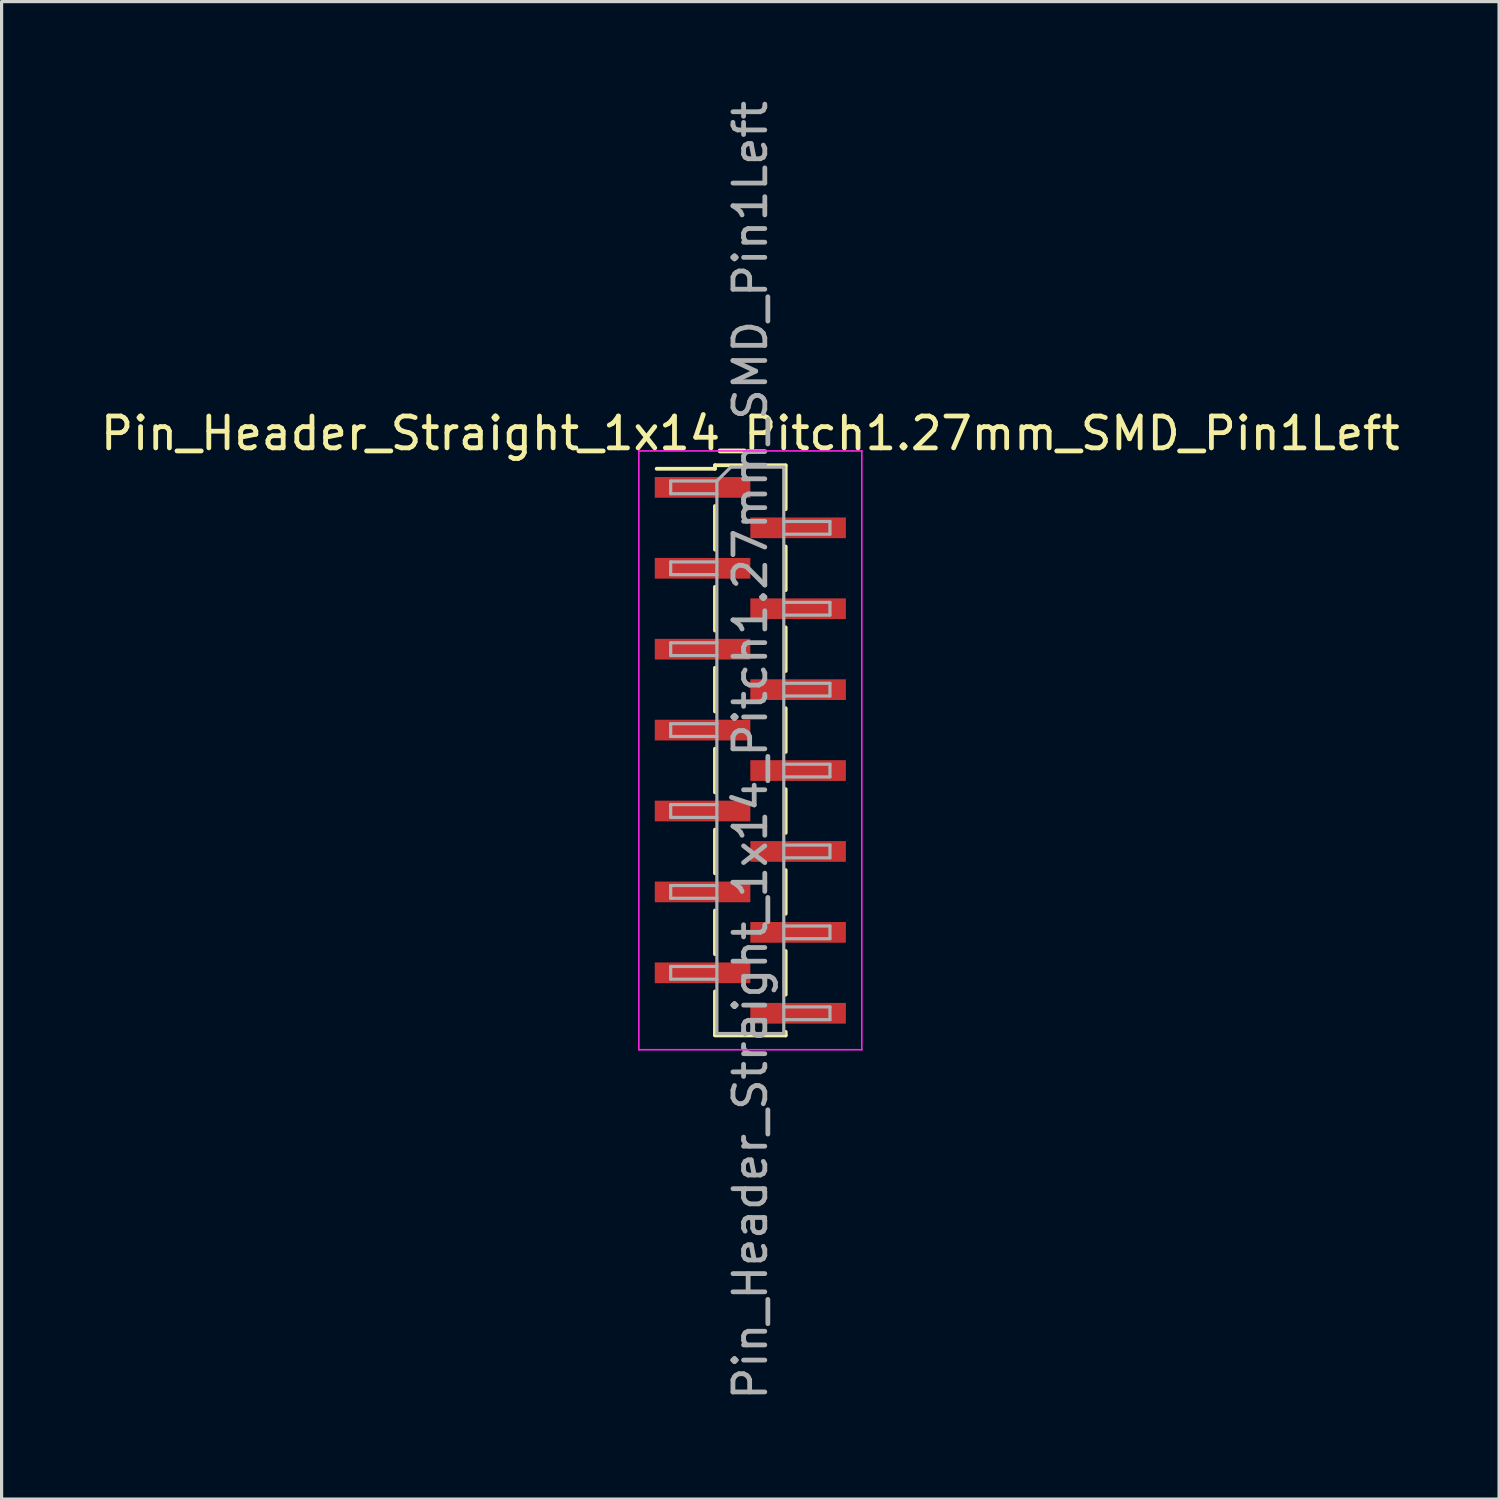
<source format=kicad_pcb>
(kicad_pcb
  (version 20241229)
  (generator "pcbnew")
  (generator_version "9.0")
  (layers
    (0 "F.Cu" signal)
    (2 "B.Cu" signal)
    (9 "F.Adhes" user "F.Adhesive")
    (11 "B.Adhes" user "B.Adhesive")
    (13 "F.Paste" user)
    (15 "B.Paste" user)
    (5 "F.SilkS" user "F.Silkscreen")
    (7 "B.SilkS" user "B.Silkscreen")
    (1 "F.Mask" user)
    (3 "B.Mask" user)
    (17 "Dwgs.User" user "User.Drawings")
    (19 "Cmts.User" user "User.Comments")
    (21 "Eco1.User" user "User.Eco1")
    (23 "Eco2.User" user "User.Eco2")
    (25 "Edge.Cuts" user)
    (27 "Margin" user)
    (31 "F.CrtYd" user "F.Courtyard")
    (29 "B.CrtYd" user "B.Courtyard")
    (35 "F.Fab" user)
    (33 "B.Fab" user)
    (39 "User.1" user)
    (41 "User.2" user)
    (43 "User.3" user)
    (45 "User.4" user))
  (footprint "Pin_Header_Straight_1x14_Pitch1.27mm_SMD_Pin1Left"
    (layer "F.Cu")
    (at 20.506 20.506)
    (property "Reference" "Pin_Header_Straight_1x14_Pitch1.27mm_SMD_Pin1Left" (at 0 -9.95 0) (layer "F.SilkS") (effects (font (size 1 1) (thickness 0.15))))
    (attr smd)
    (fp_line (start -1.11 -8.95) (end -1.11 -8.84) (stroke (width 0.12) (type solid)) (layer "F.SilkS"))
    (fp_line (start -1.11 -8.95) (end 1.11 -8.95) (stroke (width 0.12) (type solid)) (layer "F.SilkS"))
    (fp_line (start -1.11 -8.84) (end -2.94 -8.84) (stroke (width 0.12) (type solid)) (layer "F.SilkS"))
    (fp_line (start -1.11 -7.67) (end -1.11 -6.3) (stroke (width 0.12) (type solid)) (layer "F.SilkS"))
    (fp_line (start -1.11 -5.13) (end -1.11 -3.76) (stroke (width 0.12) (type solid)) (layer "F.SilkS"))
    (fp_line (start -1.11 -2.59) (end -1.11 -1.22) (stroke (width 0.12) (type solid)) (layer "F.SilkS"))
    (fp_line (start -1.11 -0.05) (end -1.11 1.32) (stroke (width 0.12) (type solid)) (layer "F.SilkS"))
    (fp_line (start -1.11 2.49) (end -1.11 3.86) (stroke (width 0.12) (type solid)) (layer "F.SilkS"))
    (fp_line (start -1.11 5.03) (end -1.11 6.4) (stroke (width 0.12) (type solid)) (layer "F.SilkS"))
    (fp_line (start -1.11 7.57) (end -1.11 8.94) (stroke (width 0.12) (type solid)) (layer "F.SilkS"))
    (fp_line (start -1.11 8.95) (end 1.11 8.95) (stroke (width 0.12) (type solid)) (layer "F.SilkS"))
    (fp_line (start 1.11 -8.94) (end 1.11 -7.57) (stroke (width 0.12) (type solid)) (layer "F.SilkS"))
    (fp_line (start 1.11 -6.4) (end 1.11 -5.03) (stroke (width 0.12) (type solid)) (layer "F.SilkS"))
    (fp_line (start 1.11 -3.86) (end 1.11 -2.49) (stroke (width 0.12) (type solid)) (layer "F.SilkS"))
    (fp_line (start 1.11 -1.32) (end 1.11 0.05) (stroke (width 0.12) (type solid)) (layer "F.SilkS"))
    (fp_line (start 1.11 1.22) (end 1.11 2.59) (stroke (width 0.12) (type solid)) (layer "F.SilkS"))
    (fp_line (start 1.11 3.76) (end 1.11 5.13) (stroke (width 0.12) (type solid)) (layer "F.SilkS"))
    (fp_line (start 1.11 6.3) (end 1.11 7.67) (stroke (width 0.12) (type solid)) (layer "F.SilkS"))
    (fp_line (start 1.11 8.84) (end 1.11 8.95) (stroke (width 0.12) (type solid)) (layer "F.SilkS"))
    (fp_line (start -3.5 -9.4) (end -3.5 9.4) (stroke (width 0.05) (type solid)) (layer "F.CrtYd"))
    (fp_line (start -3.5 9.4) (end 3.5 9.4) (stroke (width 0.05) (type solid)) (layer "F.CrtYd"))
    (fp_line (start 3.5 -9.4) (end -3.5 -9.4) (stroke (width 0.05) (type solid)) (layer "F.CrtYd"))
    (fp_line (start 3.5 9.4) (end 3.5 -9.4) (stroke (width 0.05) (type solid)) (layer "F.CrtYd"))
    (fp_line (start -2.5 -8.455) (end -2.5 -8.055) (stroke (width 0.1) (type solid)) (layer "F.Fab"))
    (fp_line (start -2.5 -8.055) (end -1.05 -8.055) (stroke (width 0.1) (type solid)) (layer "F.Fab"))
    (fp_line (start -2.5 -5.915) (end -2.5 -5.515) (stroke (width 0.1) (type solid)) (layer "F.Fab"))
    (fp_line (start -2.5 -5.515) (end -1.05 -5.515) (stroke (width 0.1) (type solid)) (layer "F.Fab"))
    (fp_line (start -2.5 -3.375) (end -2.5 -2.975) (stroke (width 0.1) (type solid)) (layer "F.Fab"))
    (fp_line (start -2.5 -2.975) (end -1.05 -2.975) (stroke (width 0.1) (type solid)) (layer "F.Fab"))
    (fp_line (start -2.5 -0.835) (end -2.5 -0.435) (stroke (width 0.1) (type solid)) (layer "F.Fab"))
    (fp_line (start -2.5 -0.435) (end -1.05 -0.435) (stroke (width 0.1) (type solid)) (layer "F.Fab"))
    (fp_line (start -2.5 1.705) (end -2.5 2.105) (stroke (width 0.1) (type solid)) (layer "F.Fab"))
    (fp_line (start -2.5 2.105) (end -1.05 2.105) (stroke (width 0.1) (type solid)) (layer "F.Fab"))
    (fp_line (start -2.5 4.245) (end -2.5 4.645) (stroke (width 0.1) (type solid)) (layer "F.Fab"))
    (fp_line (start -2.5 4.645) (end -1.05 4.645) (stroke (width 0.1) (type solid)) (layer "F.Fab"))
    (fp_line (start -2.5 6.785) (end -2.5 7.185) (stroke (width 0.1) (type solid)) (layer "F.Fab"))
    (fp_line (start -2.5 7.185) (end -1.05 7.185) (stroke (width 0.1) (type solid)) (layer "F.Fab"))
    (fp_line (start -1.05 -8.455) (end -2.5 -8.455) (stroke (width 0.1) (type solid)) (layer "F.Fab"))
    (fp_line (start -1.05 -8.455) (end -0.615 -8.89) (stroke (width 0.1) (type solid)) (layer "F.Fab"))
    (fp_line (start -1.05 -5.915) (end -2.5 -5.915) (stroke (width 0.1) (type solid)) (layer "F.Fab"))
    (fp_line (start -1.05 -3.375) (end -2.5 -3.375) (stroke (width 0.1) (type solid)) (layer "F.Fab"))
    (fp_line (start -1.05 -0.835) (end -2.5 -0.835) (stroke (width 0.1) (type solid)) (layer "F.Fab"))
    (fp_line (start -1.05 1.705) (end -2.5 1.705) (stroke (width 0.1) (type solid)) (layer "F.Fab"))
    (fp_line (start -1.05 4.245) (end -2.5 4.245) (stroke (width 0.1) (type solid)) (layer "F.Fab"))
    (fp_line (start -1.05 6.785) (end -2.5 6.785) (stroke (width 0.1) (type solid)) (layer "F.Fab"))
    (fp_line (start -1.05 8.89) (end -1.05 -8.455) (stroke (width 0.1) (type solid)) (layer "F.Fab"))
    (fp_line (start -0.615 -8.89) (end 1.05 -8.89) (stroke (width 0.1) (type solid)) (layer "F.Fab"))
    (fp_line (start 1.05 -8.89) (end 1.05 8.89) (stroke (width 0.1) (type solid)) (layer "F.Fab"))
    (fp_line (start 1.05 -7.185) (end 2.5 -7.185) (stroke (width 0.1) (type solid)) (layer "F.Fab"))
    (fp_line (start 1.05 -4.645) (end 2.5 -4.645) (stroke (width 0.1) (type solid)) (layer "F.Fab"))
    (fp_line (start 1.05 -2.105) (end 2.5 -2.105) (stroke (width 0.1) (type solid)) (layer "F.Fab"))
    (fp_line (start 1.05 0.435) (end 2.5 0.435) (stroke (width 0.1) (type solid)) (layer "F.Fab"))
    (fp_line (start 1.05 2.975) (end 2.5 2.975) (stroke (width 0.1) (type solid)) (layer "F.Fab"))
    (fp_line (start 1.05 5.515) (end 2.5 5.515) (stroke (width 0.1) (type solid)) (layer "F.Fab"))
    (fp_line (start 1.05 8.055) (end 2.5 8.055) (stroke (width 0.1) (type solid)) (layer "F.Fab"))
    (fp_line (start 1.05 8.89) (end -1.05 8.89) (stroke (width 0.1) (type solid)) (layer "F.Fab"))
    (fp_line (start 2.5 -7.185) (end 2.5 -6.785) (stroke (width 0.1) (type solid)) (layer "F.Fab"))
    (fp_line (start 2.5 -6.785) (end 1.05 -6.785) (stroke (width 0.1) (type solid)) (layer "F.Fab"))
    (fp_line (start 2.5 -4.645) (end 2.5 -4.245) (stroke (width 0.1) (type solid)) (layer "F.Fab"))
    (fp_line (start 2.5 -4.245) (end 1.05 -4.245) (stroke (width 0.1) (type solid)) (layer "F.Fab"))
    (fp_line (start 2.5 -2.105) (end 2.5 -1.705) (stroke (width 0.1) (type solid)) (layer "F.Fab"))
    (fp_line (start 2.5 -1.705) (end 1.05 -1.705) (stroke (width 0.1) (type solid)) (layer "F.Fab"))
    (fp_line (start 2.5 0.435) (end 2.5 0.835) (stroke (width 0.1) (type solid)) (layer "F.Fab"))
    (fp_line (start 2.5 0.835) (end 1.05 0.835) (stroke (width 0.1) (type solid)) (layer "F.Fab"))
    (fp_line (start 2.5 2.975) (end 2.5 3.375) (stroke (width 0.1) (type solid)) (layer "F.Fab"))
    (fp_line (start 2.5 3.375) (end 1.05 3.375) (stroke (width 0.1) (type solid)) (layer "F.Fab"))
    (fp_line (start 2.5 5.515) (end 2.5 5.915) (stroke (width 0.1) (type solid)) (layer "F.Fab"))
    (fp_line (start 2.5 5.915) (end 1.05 5.915) (stroke (width 0.1) (type solid)) (layer "F.Fab"))
    (fp_line (start 2.5 8.055) (end 2.5 8.455) (stroke (width 0.1) (type solid)) (layer "F.Fab"))
    (fp_line (start 2.5 8.455) (end 1.05 8.455) (stroke (width 0.1) (type solid)) (layer "F.Fab"))
    (fp_text user "${REFERENCE}" (at 0 0 90) (layer "F.Fab") (effects (font (size 1 1) (thickness 0.15))))
    (pad "1" smd rect (at -1.5 -8.255) (size 3 0.65) (layers "F.Cu" "F.Mask" "F.Paste"))
    (pad "2" smd rect (at 1.5 -6.985) (size 3 0.65) (layers "F.Cu" "F.Mask" "F.Paste"))
    (pad "3" smd rect (at -1.5 -5.715) (size 3 0.65) (layers "F.Cu" "F.Mask" "F.Paste"))
    (pad "4" smd rect (at 1.5 -4.445) (size 3 0.65) (layers "F.Cu" "F.Mask" "F.Paste"))
    (pad "5" smd rect (at -1.5 -3.175) (size 3 0.65) (layers "F.Cu" "F.Mask" "F.Paste"))
    (pad "6" smd rect (at 1.5 -1.905) (size 3 0.65) (layers "F.Cu" "F.Mask" "F.Paste"))
    (pad "7" smd rect (at -1.5 -0.635) (size 3 0.65) (layers "F.Cu" "F.Mask" "F.Paste"))
    (pad "8" smd rect (at 1.5 0.635) (size 3 0.65) (layers "F.Cu" "F.Mask" "F.Paste"))
    (pad "9" smd rect (at -1.5 1.905) (size 3 0.65) (layers "F.Cu" "F.Mask" "F.Paste"))
    (pad "10" smd rect (at 1.5 3.175) (size 3 0.65) (layers "F.Cu" "F.Mask" "F.Paste"))
    (pad "11" smd rect (at -1.5 4.445) (size 3 0.65) (layers "F.Cu" "F.Mask" "F.Paste"))
    (pad "12" smd rect (at 1.5 5.715) (size 3 0.65) (layers "F.Cu" "F.Mask" "F.Paste"))
    (pad "13" smd rect (at -1.5 6.985) (size 3 0.65) (layers "F.Cu" "F.Mask" "F.Paste"))
    (pad "14" smd rect (at 1.5 8.255) (size 3 0.65) (layers "F.Cu" "F.Mask" "F.Paste")))
  (gr_rect
    (start -3 -3)
    (end 44.012 44.012)
    (stroke (width 0.1) (type default))
    (fill no)
    (layer "Edge.Cuts")))
</source>
